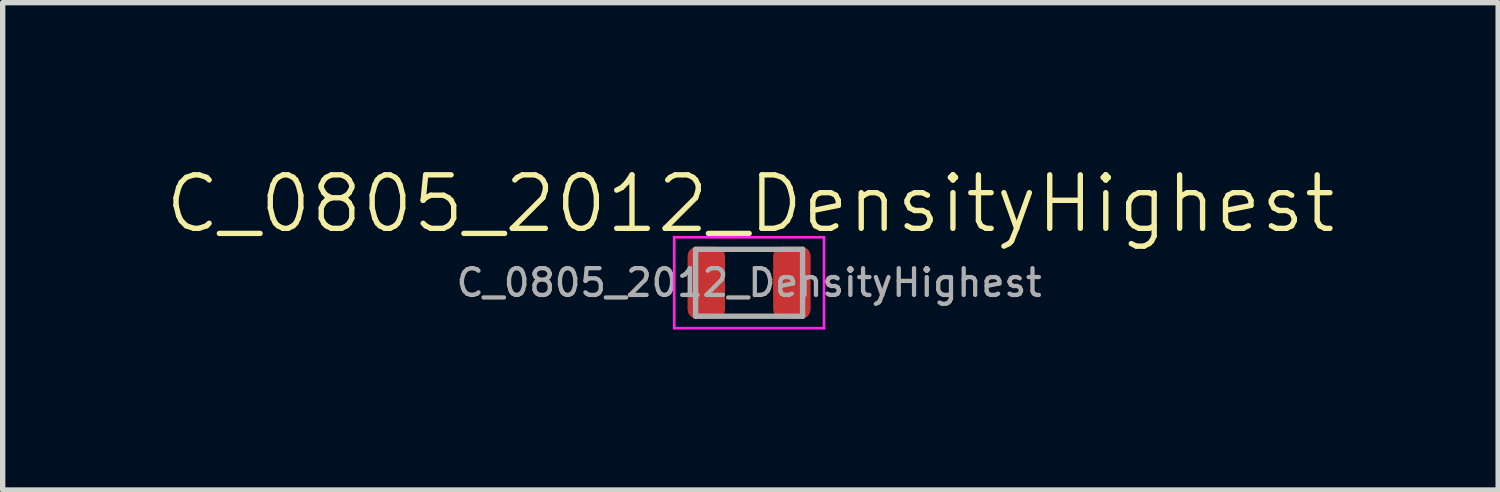
<source format=kicad_pcb>
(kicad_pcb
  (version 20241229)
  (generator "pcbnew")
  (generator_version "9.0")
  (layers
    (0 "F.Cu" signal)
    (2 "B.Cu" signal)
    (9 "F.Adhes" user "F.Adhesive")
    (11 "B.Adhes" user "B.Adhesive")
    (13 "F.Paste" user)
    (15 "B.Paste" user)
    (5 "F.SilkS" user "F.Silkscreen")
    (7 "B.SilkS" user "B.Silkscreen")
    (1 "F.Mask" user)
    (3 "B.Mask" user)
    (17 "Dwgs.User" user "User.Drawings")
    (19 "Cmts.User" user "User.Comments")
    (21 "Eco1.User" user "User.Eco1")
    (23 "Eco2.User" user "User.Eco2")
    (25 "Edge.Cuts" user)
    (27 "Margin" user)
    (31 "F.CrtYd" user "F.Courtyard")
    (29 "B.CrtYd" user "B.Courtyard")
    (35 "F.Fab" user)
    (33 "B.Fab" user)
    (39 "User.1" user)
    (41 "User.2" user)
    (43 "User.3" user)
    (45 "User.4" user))
  (footprint "C_0805_2012_DensityHighest"
    (layer "F.Cu")
    (at 10.954 2.236)
    (property "Reference" "C_0805_2012_DensityHighest" (at 0.025 -1.475 0) (unlocked yes) (layer "F.SilkS") (effects (font (size 1 1) (thickness 0.1))))
    (attr smd)
    (fp_line (start -1.4 -0.85) (end 1.4 -0.85) (stroke (width 0.05) (type solid)) (layer "F.CrtYd"))
    (fp_line (start -1.4 0.85) (end -1.4 -0.85) (stroke (width 0.05) (type solid)) (layer "F.CrtYd"))
    (fp_line (start 1.4 -0.85) (end 1.4 0.85) (stroke (width 0.05) (type solid)) (layer "F.CrtYd"))
    (fp_line (start 1.4 0.85) (end -1.4 0.85) (stroke (width 0.05) (type solid)) (layer "F.CrtYd"))
    (fp_line (start -1 -0.625) (end 1 -0.625) (stroke (width 0.1) (type solid)) (layer "F.Fab"))
    (fp_line (start -1 0.625) (end -1 -0.625) (stroke (width 0.1) (type solid)) (layer "F.Fab"))
    (fp_line (start 1 -0.625) (end 1 0.625) (stroke (width 0.1) (type solid)) (layer "F.Fab"))
    (fp_line (start 1 0.625) (end -1 0.625) (stroke (width 0.1) (type solid)) (layer "F.Fab"))
    (fp_text user "${REFERENCE}" (at 0 0 0) (layer "F.Fab") (effects (font (size 0.5 0.5) (thickness 0.08))))
    (pad "1" smd roundrect (at -0.8 0) (size 0.7 1.35) (layers "F.Cu" "F.Mask" "F.Paste") (roundrect_rratio 0.25))
    (pad "2" smd roundrect (at 0.8 0) (size 0.7 1.35) (layers "F.Cu" "F.Mask" "F.Paste") (roundrect_rratio 0.25)))
  (gr_rect
    (start -3 -3)
    (end 24.957 6.111)
    (stroke (width 0.1) (type default))
    (fill no)
    (layer "Edge.Cuts")))
</source>
